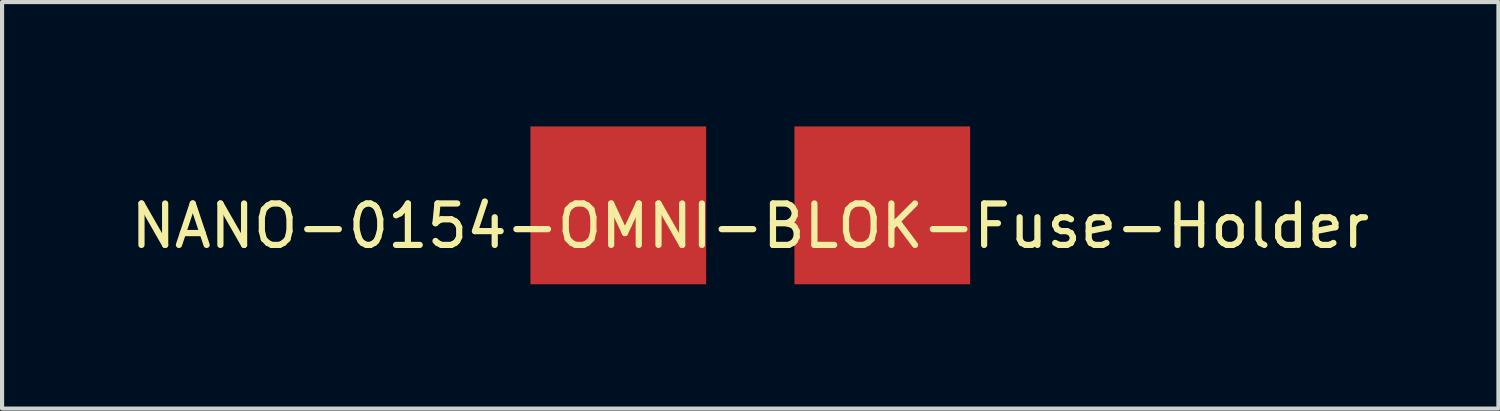
<source format=kicad_pcb>
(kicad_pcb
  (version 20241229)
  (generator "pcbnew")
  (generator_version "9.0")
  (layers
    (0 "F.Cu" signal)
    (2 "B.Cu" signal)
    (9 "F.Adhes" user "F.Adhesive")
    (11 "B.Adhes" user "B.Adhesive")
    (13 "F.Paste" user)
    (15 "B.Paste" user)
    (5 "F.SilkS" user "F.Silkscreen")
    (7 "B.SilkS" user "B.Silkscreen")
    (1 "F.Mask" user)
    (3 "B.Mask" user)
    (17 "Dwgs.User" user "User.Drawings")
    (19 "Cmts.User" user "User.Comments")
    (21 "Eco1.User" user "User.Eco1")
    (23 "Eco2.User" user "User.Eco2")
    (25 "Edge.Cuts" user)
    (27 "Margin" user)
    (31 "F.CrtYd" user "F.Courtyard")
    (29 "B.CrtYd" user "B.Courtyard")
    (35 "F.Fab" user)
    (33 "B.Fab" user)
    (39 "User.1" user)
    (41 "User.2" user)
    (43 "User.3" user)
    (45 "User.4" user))
  (footprint "NANO-0154-OMNI-BLOK-Fuse-Holder"
    (layer "F.Cu")
    (at 15.054 1.905)
    (property "Reference" "NANO-0154-OMNI-BLOK-Fuse-Holder" (at 0 0.5 0) (layer "F.SilkS") (effects (font (size 1 1) (thickness 0.15))))
    (attr smd)
    (pad "1" smd rect (at -3.185 0) (size 4.24 3.81) (layers "F.Cu" "F.Mask" "F.Paste"))
    (pad "2" smd rect (at 3.185 0) (size 4.24 3.81) (layers "F.Cu" "F.Mask" "F.Paste")))
  (gr_rect
    (start -3 -3)
    (end 33.107 6.81)
    (stroke (width 0.1) (type default))
    (fill no)
    (layer "Edge.Cuts")))
</source>
